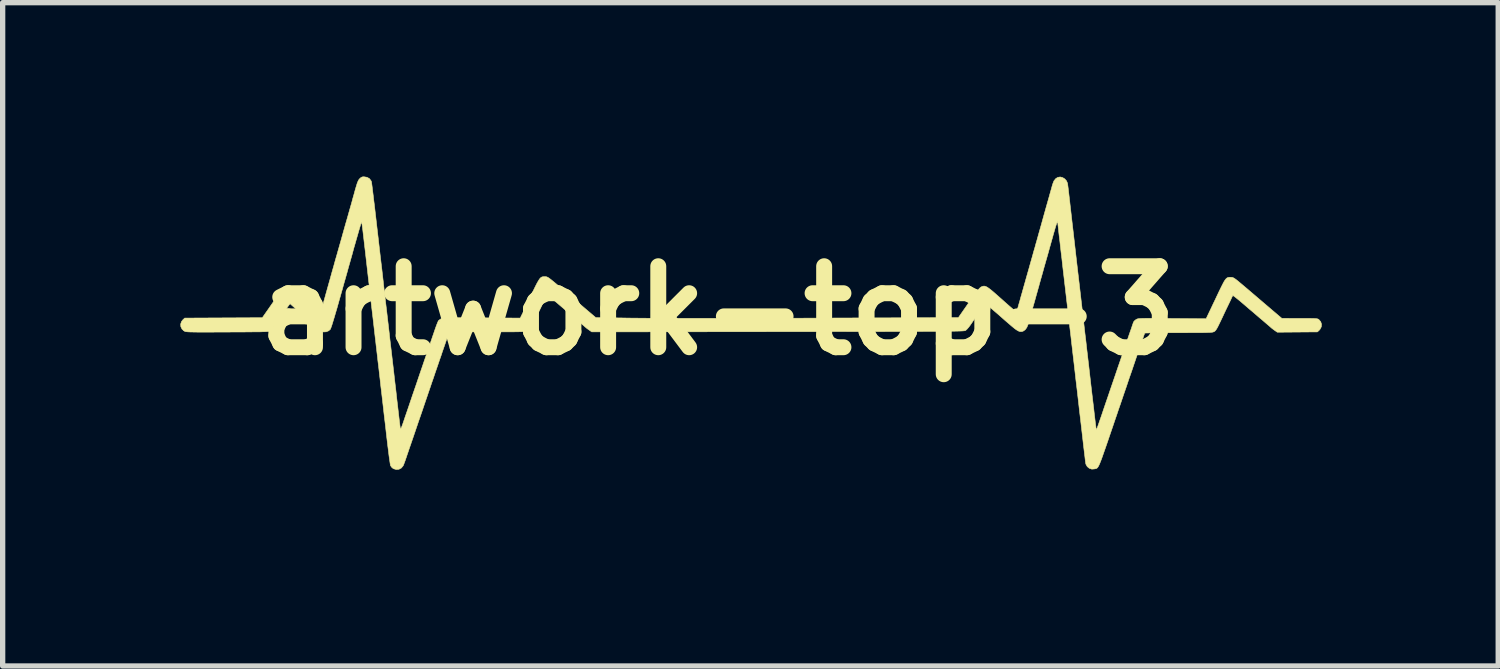
<source format=kicad_pcb>
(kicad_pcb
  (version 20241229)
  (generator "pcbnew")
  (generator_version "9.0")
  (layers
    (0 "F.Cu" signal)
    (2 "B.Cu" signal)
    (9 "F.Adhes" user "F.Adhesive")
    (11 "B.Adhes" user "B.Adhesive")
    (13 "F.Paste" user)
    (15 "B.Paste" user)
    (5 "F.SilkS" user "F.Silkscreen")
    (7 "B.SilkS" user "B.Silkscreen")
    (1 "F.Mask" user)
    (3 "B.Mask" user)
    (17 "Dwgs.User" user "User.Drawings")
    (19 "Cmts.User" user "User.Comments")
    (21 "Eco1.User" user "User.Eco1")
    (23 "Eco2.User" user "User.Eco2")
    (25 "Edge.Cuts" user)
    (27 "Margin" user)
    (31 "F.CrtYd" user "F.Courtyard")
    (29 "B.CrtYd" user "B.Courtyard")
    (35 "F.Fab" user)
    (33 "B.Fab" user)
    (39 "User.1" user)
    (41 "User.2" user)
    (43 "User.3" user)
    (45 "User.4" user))
  (footprint "artwork-top-3"
    (layer "F.Cu")
    (at 10.459 2.793)
    (property "Reference" "artwork-top-3" (at 0 0 0) (layer "F.SilkS") (effects (font (size 1.524 1.524) (thickness 0.3))))
    (attr through_hole)
    (fp_poly (pts (xy 11.673 3.68) (xy 7.236 3.68) (xy 7.236 3.355) (xy 7.236 3.26) (xy 7.237 3.186) (xy 7.237 3.128) (xy 7.239 3.086) (xy 7.241 3.056) (xy 7.244 3.036) (xy 7.248 3.023) (xy 7.253 3.014) (xy 7.258 3.009) (xy 7.273 2.989) (xy 7.291 2.954) (xy 7.309 2.912) (xy 7.31 2.908) (xy 7.327 2.863) (xy 7.344 2.82) (xy 7.357 2.789) (xy 7.357 2.788) (xy 7.366 2.766) (xy 7.38 2.727) (xy 7.399 2.673) (xy 7.421 2.608) (xy 7.445 2.537) (xy 7.458 2.5) (xy 7.485 2.42) (xy 7.517 2.323) (xy 7.553 2.219) (xy 7.589 2.111) (xy 7.625 2.007) (xy 7.649 1.936) (xy 7.677 1.856) (xy 7.71 1.759) (xy 7.748 1.648) (xy 7.788 1.529) (xy 7.831 1.406) (xy 7.873 1.282) (xy 7.913 1.162) (xy 7.93 1.112) (xy 7.965 1.009) (xy 7.998 0.911) (xy 8.029 0.822) (xy 8.056 0.742) (xy 8.079 0.676) (xy 8.097 0.623) (xy 8.109 0.588) (xy 8.115 0.573) (xy 8.127 0.542) (xy 8.729 0.542) (xy 8.861 0.542) (xy 8.973 0.541) (xy 9.066 0.541) (xy 9.143 0.54) (xy 9.204 0.539) (xy 9.252 0.538) (xy 9.29 0.536) (xy 9.318 0.534) (xy 9.339 0.531) (xy 9.355 0.528) (xy 9.367 0.524) (xy 9.375 0.52) (xy 9.404 0.505) (xy 9.429 0.487) (xy 9.453 0.462) (xy 9.478 0.429) (xy 9.505 0.385) (xy 9.536 0.327) (xy 9.572 0.253) (xy 9.611 0.171) (xy 9.644 0.101) (xy 9.674 0.038) (xy 9.699 -0.015) (xy 9.719 -0.055) (xy 9.732 -0.08) (xy 9.736 -0.087) (xy 9.747 -0.084) (xy 9.769 -0.069) (xy 9.785 -0.055) (xy 9.811 -0.033) (xy 9.849 -0.001) (xy 9.895 0.037) (xy 9.943 0.077) (xy 9.945 0.079) (xy 9.998 0.123) (xy 10.054 0.169) (xy 10.105 0.212) (xy 10.142 0.243) (xy 10.226 0.313) (xy 10.295 0.371) (xy 10.352 0.416) (xy 10.398 0.45) (xy 10.436 0.476) (xy 10.468 0.495) (xy 10.495 0.507) (xy 10.514 0.514) (xy 10.535 0.519) (xy 10.563 0.523) (xy 10.601 0.526) (xy 10.65 0.528) (xy 10.714 0.529) (xy 10.795 0.53) (xy 10.894 0.53) (xy 10.938 0.53) (xy 11.047 0.53) (xy 11.135 0.529) (xy 11.206 0.528) (xy 11.262 0.525) (xy 11.305 0.52) (xy 11.339 0.514) (xy 11.365 0.504) (xy 11.387 0.492) (xy 11.406 0.476) (xy 11.426 0.457) (xy 11.432 0.45) (xy 11.475 0.39) (xy 11.498 0.325) (xy 11.502 0.257) (xy 11.488 0.191) (xy 11.456 0.13) (xy 11.408 0.079) (xy 11.351 0.044) (xy 11.336 0.038) (xy 11.318 0.033) (xy 11.295 0.029) (xy 11.264 0.027) (xy 11.222 0.025) (xy 11.166 0.024) (xy 11.093 0.023) (xy 11.002 0.023) (xy 10.988 0.023) (xy 10.669 0.023) (xy 10.619 -0.02) (xy 10.591 -0.044) (xy 10.551 -0.077) (xy 10.504 -0.117) (xy 10.455 -0.157) (xy 10.454 -0.158) (xy 10.4 -0.203) (xy 10.342 -0.251) (xy 10.289 -0.295) (xy 10.251 -0.327) (xy 10.202 -0.368) (xy 10.148 -0.412) (xy 10.1 -0.452) (xy 10.087 -0.463) (xy 10.044 -0.498) (xy 9.992 -0.541) (xy 9.94 -0.585) (xy 9.913 -0.608) (xy 9.853 -0.657) (xy 9.805 -0.692) (xy 9.762 -0.714) (xy 9.721 -0.727) (xy 9.677 -0.733) (xy 9.652 -0.733) (xy 9.575 -0.725) (xy 9.511 -0.7) (xy 9.456 -0.657) (xy 9.452 -0.653) (xy 9.435 -0.63) (xy 9.41 -0.587) (xy 9.378 -0.525) (xy 9.338 -0.446) (xy 9.292 -0.35) (xy 9.265 -0.293) (xy 9.115 0.028) (xy 8.489 0.034) (xy 8.351 0.035) (xy 8.233 0.036) (xy 8.135 0.037) (xy 8.053 0.039) (xy 7.987 0.041) (xy 7.933 0.044) (xy 7.891 0.047) (xy 7.859 0.052) (xy 7.834 0.058) (xy 7.814 0.066) (xy 7.799 0.076) (xy 7.785 0.087) (xy 7.772 0.101) (xy 7.757 0.117) (xy 7.734 0.146) (xy 7.712 0.187) (xy 7.688 0.245) (xy 7.674 0.284) (xy 7.65 0.352) (xy 7.621 0.437) (xy 7.587 0.535) (xy 7.55 0.642) (xy 7.511 0.754) (xy 7.473 0.867) (xy 7.435 0.976) (xy 7.401 1.078) (xy 7.37 1.169) (xy 7.349 1.23) (xy 7.326 1.297) (xy 7.304 1.361) (xy 7.285 1.415) (xy 7.269 1.457) (xy 7.26 1.479) (xy 7.237 1.53) (xy 7.236 -2.788) (xy 11.673 -2.788) (xy 11.673 3.68)) (stroke (width 0.01) (type solid)) (fill yes) (layer "F.Mask"))
    (fp_poly (pts (xy -0.75 0.011) (xy -2.246 0.011) (xy -2.312 -0.042) (xy -2.355 -0.077) (xy -2.4 -0.114) (xy -2.434 -0.141) (xy -2.469 -0.17) (xy -2.513 -0.207) (xy -2.558 -0.245) (xy -2.569 -0.254) (xy -2.617 -0.294) (xy -2.671 -0.339) (xy -2.72 -0.379) (xy -2.726 -0.384) (xy -2.771 -0.421) (xy -2.825 -0.464) (xy -2.876 -0.507) (xy -2.89 -0.519) (xy -2.937 -0.558) (xy -2.986 -0.599) (xy -3.029 -0.635) (xy -3.042 -0.646) (xy -3.114 -0.695) (xy -3.189 -0.724) (xy -3.264 -0.733) (xy -3.335 -0.724) (xy -3.4 -0.695) (xy -3.451 -0.653) (xy -3.467 -0.631) (xy -3.491 -0.59) (xy -3.521 -0.532) (xy -3.558 -0.46) (xy -3.599 -0.375) (xy -3.624 -0.322) (xy -3.66 -0.245) (xy -3.694 -0.175) (xy -3.725 -0.114) (xy -3.75 -0.064) (xy -3.768 -0.029) (xy -3.779 -0.01) (xy -3.78 -0.009) (xy -3.786 -0.005) (xy -3.795 -0.002) (xy -3.809 0.001) (xy -3.83 0.004) (xy -3.86 0.006) (xy -3.901 0.008) (xy -3.953 0.009) (xy -4.02 0.011) (xy -4.101 0.012) (xy -4.2 0.014) (xy -4.318 0.015) (xy -4.456 0.017) (xy -4.493 0.017) (xy -4.641 0.019) (xy -4.774 0.021) (xy -4.893 0.023) (xy -4.996 0.025) (xy -5.082 0.028) (xy -5.149 0.03) (xy -5.196 0.033) (xy -5.222 0.035) (xy -5.225 0.036) (xy -5.268 0.057) (xy -5.313 0.093) (xy -5.354 0.138) (xy -5.379 0.174) (xy -5.386 0.186) (xy -5.393 0.201) (xy -5.401 0.218) (xy -5.41 0.241) (xy -5.421 0.269) (xy -5.434 0.306) (xy -5.451 0.352) (xy -5.47 0.409) (xy -5.494 0.479) (xy -5.523 0.562) (xy -5.556 0.661) (xy -5.595 0.777) (xy -5.64 0.912) (xy -5.684 1.045) (xy -5.732 1.187) (xy -5.773 1.31) (xy -5.808 1.413) (xy -5.837 1.498) (xy -5.861 1.567) (xy -5.88 1.621) (xy -5.894 1.66) (xy -5.905 1.687) (xy -5.911 1.702) (xy -5.915 1.706) (xy -5.915 1.705) (xy -5.917 1.692) (xy -5.921 1.661) (xy -5.926 1.614) (xy -5.933 1.554) (xy -5.941 1.485) (xy -5.944 1.459) (xy -5.955 1.367) (xy -5.967 1.262) (xy -5.98 1.154) (xy -5.992 1.052) (xy -6 0.985) (xy -6.009 0.903) (xy -6.021 0.806) (xy -6.033 0.701) (xy -6.046 0.594) (xy -6.058 0.493) (xy -6.062 0.457) (xy -6.073 0.36) (xy -6.085 0.255) (xy -6.098 0.147) (xy -6.11 0.046) (xy -6.121 -0.044) (xy -6.124 -0.073) (xy -6.134 -0.156) (xy -6.146 -0.254) (xy -6.158 -0.36) (xy -6.171 -0.467) (xy -6.182 -0.568) (xy -6.187 -0.604) (xy -6.198 -0.701) (xy -6.21 -0.806) (xy -6.223 -0.914) (xy -6.235 -1.016) (xy -6.246 -1.105) (xy -6.249 -1.135) (xy -6.269 -1.301) (xy -6.29 -1.483) (xy -6.312 -1.673) (xy -6.335 -1.864) (xy -6.356 -2.048) (xy -6.372 -2.187) (xy -6.381 -2.263) (xy -6.391 -2.333) (xy -6.4 -2.395) (xy -6.409 -2.443) (xy -6.416 -2.474) (xy -6.418 -2.481) (xy -6.455 -2.542) (xy -6.506 -2.591) (xy -6.567 -2.624) (xy -6.634 -2.64) (xy -6.703 -2.637) (xy -6.756 -2.621) (xy -6.8 -2.595) (xy -6.838 -2.559) (xy -6.872 -2.511) (xy -6.902 -2.447) (xy -6.93 -2.366) (xy -6.958 -2.265) (xy -6.958 -2.263) (xy -6.982 -2.174) (xy -7.011 -2.073) (xy -7.042 -1.969) (xy -7.045 -1.959) (xy -7.06 -1.908) (xy -7.078 -1.848) (xy -7.094 -1.79) (xy -7.096 -1.784) (xy -7.112 -1.726) (xy -7.13 -1.663) (xy -7.145 -1.607) (xy -7.147 -1.603) (xy -7.162 -1.549) (xy -7.18 -1.486) (xy -7.196 -1.427) (xy -7.197 -1.422) (xy -7.213 -1.366) (xy -7.231 -1.305) (xy -7.247 -1.252) (xy -7.248 -1.247) (xy -7.262 -1.203) (xy -7.276 -1.155) (xy -7.292 -1.1) (xy -7.311 -1.033) (xy -7.334 -0.95) (xy -7.344 -0.914) (xy -7.36 -0.856) (xy -7.378 -0.793) (xy -7.394 -0.738) (xy -7.395 -0.734) (xy -7.41 -0.68) (xy -7.428 -0.617) (xy -7.444 -0.558) (xy -7.446 -0.553) (xy -7.462 -0.496) (xy -7.479 -0.436) (xy -7.495 -0.383) (xy -7.497 -0.378) (xy -7.511 -0.331) (xy -7.525 -0.284) (xy -7.534 -0.251) (xy -7.543 -0.222) (xy -7.55 -0.205) (xy -7.553 -0.203) (xy -7.563 -0.21) (xy -7.587 -0.23) (xy -7.619 -0.258) (xy -7.643 -0.28) (xy -7.726 -0.355) (xy -7.796 -0.416) (xy -7.853 -0.464) (xy -7.901 -0.501) (xy -7.941 -0.528) (xy -7.976 -0.546) (xy -8.007 -0.557) (xy -8.038 -0.563) (xy -8.066 -0.564) (xy -8.105 -0.561) (xy -8.142 -0.552) (xy -8.178 -0.536) (xy -8.215 -0.509) (xy -8.257 -0.471) (xy -8.304 -0.42) (xy -8.358 -0.354) (xy -8.422 -0.271) (xy -8.448 -0.237) (xy -8.487 -0.185) (xy -8.527 -0.133) (xy -8.561 -0.088) (xy -8.587 -0.054) (xy -8.591 -0.05) (xy -8.636 0.008) (xy -9.119 0.015) (xy -9.231 0.017) (xy -9.344 0.018) (xy -9.456 0.02) (xy -9.561 0.021) (xy -9.655 0.022) (xy -9.736 0.022) (xy -9.799 0.023) (xy -9.81 0.023) (xy -9.887 0.023) (xy -9.944 0.024) (xy -9.987 0.027) (xy -10.018 0.03) (xy -10.041 0.035) (xy -10.061 0.043) (xy -10.064 0.044) (xy -10.127 0.084) (xy -10.173 0.137) (xy -10.203 0.198) (xy -10.215 0.264) (xy -10.21 0.331) (xy -10.185 0.395) (xy -10.142 0.453) (xy -10.136 0.459) (xy -10.121 0.474) (xy -10.108 0.486) (xy -10.094 0.496) (xy -10.079 0.505) (xy -10.06 0.512) (xy -10.035 0.518) (xy -10.004 0.522) (xy -9.964 0.526) (xy -9.914 0.528) (xy -9.852 0.529) (xy -9.776 0.53) (xy -9.685 0.529) (xy -9.577 0.529) (xy -9.451 0.527) (xy -9.304 0.526) (xy -9.24 0.525) (xy -9.085 0.523) (xy -8.952 0.522) (xy -8.837 0.52) (xy -8.741 0.518) (xy -8.661 0.517) (xy -8.596 0.515) (xy -8.544 0.513) (xy -8.503 0.511) (xy -8.473 0.508) (xy -8.451 0.505) (xy -8.436 0.502) (xy -8.43 0.5) (xy -8.396 0.479) (xy -8.35 0.439) (xy -8.294 0.382) (xy -8.228 0.307) (xy -8.153 0.215) (xy -8.077 0.118) (xy -8.031 0.059) (xy -7.991 0.094) (xy -7.969 0.113) (xy -7.934 0.143) (xy -7.888 0.182) (xy -7.837 0.225) (xy -7.795 0.26) (xy -7.741 0.304) (xy -7.691 0.347) (xy -7.647 0.384) (xy -7.613 0.412) (xy -7.597 0.426) (xy -7.534 0.47) (xy -7.466 0.493) (xy -7.42 0.496) (xy -7.353 0.487) (xy -7.291 0.457) (xy -7.231 0.406) (xy -7.224 0.399) (xy -7.195 0.364) (xy -7.171 0.324) (xy -7.15 0.274) (xy -7.129 0.211) (xy -7.107 0.13) (xy -7.1 0.102) (xy -7.086 0.045) (xy -7.069 -0.016) (xy -7.055 -0.062) (xy -7.035 -0.126) (xy -7.014 -0.198) (xy -6.99 -0.283) (xy -6.962 -0.385) (xy -6.959 -0.395) (xy -6.943 -0.452) (xy -6.925 -0.513) (xy -6.91 -0.565) (xy -6.908 -0.57) (xy -6.898 -0.603) (xy -6.888 -0.637) (xy -6.876 -0.677) (xy -6.863 -0.725) (xy -6.846 -0.786) (xy -6.825 -0.863) (xy -6.809 -0.92) (xy -6.796 -0.965) (xy -6.783 -1.006) (xy -6.773 -1.033) (xy -6.769 -1.042) (xy -6.767 -1.049) (xy -6.764 -1.052) (xy -6.761 -1.051) (xy -6.758 -1.042) (xy -6.755 -1.025) (xy -6.751 -0.998) (xy -6.745 -0.959) (xy -6.739 -0.905) (xy -6.73 -0.836) (xy -6.72 -0.75) (xy -6.708 -0.645) (xy -6.694 -0.531) (xy -6.683 -0.434) (xy -6.671 -0.329) (xy -6.658 -0.223) (xy -6.646 -0.123) (xy -6.636 -0.035) (xy -6.632 0) (xy -6.622 0.081) (xy -6.611 0.177) (xy -6.598 0.282) (xy -6.586 0.388) (xy -6.574 0.488) (xy -6.57 0.525) (xy -6.559 0.621) (xy -6.547 0.726) (xy -6.534 0.832) (xy -6.523 0.932) (xy -6.512 1.02) (xy -6.509 1.05) (xy -6.499 1.13) (xy -6.488 1.225) (xy -6.475 1.33) (xy -6.463 1.436) (xy -6.451 1.537) (xy -6.446 1.58) (xy -6.435 1.677) (xy -6.422 1.78) (xy -6.41 1.885) (xy -6.398 1.984) (xy -6.388 2.071) (xy -6.384 2.105) (xy -6.374 2.192) (xy -6.362 2.293) (xy -6.349 2.399) (xy -6.337 2.5) (xy -6.328 2.574) (xy -6.316 2.682) (xy -6.305 2.771) (xy -6.295 2.842) (xy -6.287 2.898) (xy -6.279 2.941) (xy -6.271 2.974) (xy -6.261 3) (xy -6.251 3.019) (xy -6.238 3.036) (xy -6.223 3.052) (xy -6.207 3.067) (xy -6.146 3.111) (xy -6.077 3.135) (xy -6.034 3.138) (xy -5.961 3.127) (xy -5.895 3.095) (xy -5.861 3.067) (xy -5.853 3.06) (xy -5.846 3.054) (xy -5.839 3.048) (xy -5.833 3.042) (xy -5.827 3.034) (xy -5.82 3.022) (xy -5.812 3.006) (xy -5.803 2.985) (xy -5.791 2.956) (xy -5.778 2.921) (xy -5.762 2.876) (xy -5.742 2.821) (xy -5.719 2.755) (xy -5.692 2.676) (xy -5.661 2.584) (xy -5.625 2.477) (xy -5.583 2.354) (xy -5.536 2.214) (xy -5.483 2.056) (xy -5.424 1.879) (xy -5.373 1.727) (xy -5.331 1.604) (xy -5.288 1.477) (xy -5.246 1.351) (xy -5.205 1.229) (xy -5.166 1.113) (xy -5.131 1.009) (xy -5.101 0.918) (xy -5.076 0.844) (xy -5.071 0.829) (xy -4.973 0.534) (xy -4.493 0.527) (xy -4.381 0.525) (xy -4.268 0.524) (xy -4.157 0.522) (xy -4.052 0.521) (xy -3.957 0.52) (xy -3.877 0.519) (xy -3.814 0.519) (xy -3.804 0.519) (xy -3.728 0.519) (xy -3.67 0.518) (xy -3.628 0.515) (xy -3.597 0.512) (xy -3.573 0.507) (xy -3.554 0.499) (xy -3.55 0.498) (xy -3.502 0.467) (xy -3.452 0.42) (xy -3.404 0.363) (xy -3.368 0.308) (xy -3.35 0.274) (xy -3.326 0.228) (xy -3.298 0.172) (xy -3.268 0.114) (xy -3.24 0.056) (xy -3.214 0.004) (xy -3.195 -0.038) (xy -3.183 -0.065) (xy -3.183 -0.065) (xy -3.176 -0.079) (xy -3.168 -0.083) (xy -3.154 -0.076) (xy -3.128 -0.056) (xy -3.119 -0.048) (xy -3.054 0.003) (xy -2.984 0.06) (xy -2.904 0.127) (xy -2.868 0.158) (xy -2.819 0.199) (xy -2.765 0.243) (xy -2.717 0.283) (xy -2.704 0.294) (xy -2.659 0.33) (xy -2.613 0.368) (xy -2.573 0.401) (xy -2.569 0.405) (xy -2.526 0.438) (xy -2.475 0.47) (xy -2.444 0.487) (xy -2.376 0.519) (xy -0.5 0.519) (xy -0.5 3.183) (xy -10.454 3.183) (xy -10.454 -2.732) (xy -0.5 -2.732) (xy -0.5 0.011)) (stroke (width 0.01) (type solid)) (fill yes) (layer "F.Mask"))
    (fp_poly (pts (xy -6.605 -2.508) (xy -6.559 -2.483) (xy -6.529 -2.443) (xy -6.52 -2.421) (xy -6.518 -2.405) (xy -6.513 -2.369) (xy -6.506 -2.316) (xy -6.498 -2.248) (xy -6.488 -2.17) (xy -6.478 -2.082) (xy -6.468 -2.003) (xy -6.44 -1.763) (xy -6.415 -1.545) (xy -6.392 -1.348) (xy -6.372 -1.173) (xy -6.354 -1.017) (xy -6.338 -0.882) (xy -6.324 -0.766) (xy -6.313 -0.669) (xy -6.304 -0.59) (xy -6.299 -0.548) (xy -6.294 -0.498) (xy -6.286 -0.429) (xy -6.276 -0.342) (xy -6.264 -0.24) (xy -6.251 -0.127) (xy -6.236 -0.003) (xy -6.221 0.128) (xy -6.205 0.263) (xy -6.189 0.401) (xy -6.174 0.538) (xy -6.158 0.672) (xy -6.143 0.8) (xy -6.129 0.921) (xy -6.116 1.031) (xy -6.105 1.128) (xy -6.102 1.151) (xy -6.094 1.223) (xy -6.084 1.312) (xy -6.072 1.414) (xy -6.059 1.523) (xy -6.047 1.636) (xy -6.034 1.746) (xy -6.027 1.806) (xy -6.016 1.9) (xy -6.006 1.987) (xy -5.997 2.064) (xy -5.989 2.128) (xy -5.983 2.178) (xy -5.978 2.21) (xy -5.976 2.223) (xy -5.976 2.223) (xy -5.972 2.225) (xy -5.967 2.22) (xy -5.96 2.207) (xy -5.95 2.182) (xy -5.936 2.144) (xy -5.917 2.089) (xy -5.892 2.015) (xy -5.892 2.014) (xy -5.839 1.861) (xy -5.793 1.725) (xy -5.752 1.603) (xy -5.713 1.49) (xy -5.676 1.383) (xy -5.64 1.276) (xy -5.603 1.167) (xy -5.563 1.051) (xy -5.534 0.965) (xy -5.5 0.866) (xy -5.466 0.766) (xy -5.432 0.668) (xy -5.401 0.577) (xy -5.374 0.497) (xy -5.351 0.431) (xy -5.339 0.395) (xy -5.318 0.334) (xy -5.298 0.279) (xy -5.281 0.235) (xy -5.268 0.205) (xy -5.265 0.198) (xy -5.249 0.198) (xy -5.244 0.203) (xy -5.238 0.198) (xy -5.244 0.192) (xy -5.249 0.198) (xy -5.265 0.198) (xy -5.264 0.196) (xy -5.243 0.175) (xy -5.213 0.155) (xy -5.208 0.152) (xy -5.198 0.148) (xy -5.186 0.145) (xy -5.169 0.142) (xy -5.146 0.14) (xy -5.115 0.138) (xy -5.075 0.137) (xy -5.023 0.136) (xy -4.959 0.135) (xy -4.879 0.135) (xy -4.784 0.135) (xy -4.67 0.136) (xy -4.536 0.136) (xy -4.444 0.137) (xy -3.722 0.141) (xy -3.675 0.045) (xy -3.652 -0.004) (xy -3.622 -0.066) (xy -3.591 -0.132) (xy -3.565 -0.187) (xy -3.514 -0.294) (xy -3.472 -0.383) (xy -3.437 -0.455) (xy -3.408 -0.512) (xy -3.383 -0.556) (xy -3.363 -0.588) (xy -3.345 -0.611) (xy -3.328 -0.625) (xy -3.312 -0.633) (xy -3.295 -0.637) (xy -3.275 -0.638) (xy -3.264 -0.638) (xy -3.248 -0.638) (xy -3.234 -0.637) (xy -3.22 -0.633) (xy -3.204 -0.626) (xy -3.183 -0.613) (xy -3.157 -0.594) (xy -3.123 -0.567) (xy -3.079 -0.531) (xy -3.023 -0.484) (xy -2.953 -0.424) (xy -2.884 -0.365) (xy -2.81 -0.302) (xy -2.729 -0.233) (xy -2.646 -0.162) (xy -2.567 -0.095) (xy -2.498 -0.036) (xy -2.485 -0.025) (xy -2.3 0.132) (xy -1.792 0.139) (xy -1.691 0.141) (xy -1.582 0.142) (xy -1.465 0.143) (xy -1.339 0.144) (xy -1.203 0.145) (xy -1.057 0.145) (xy -0.899 0.146) (xy -0.729 0.146) (xy -0.545 0.146) (xy -0.348 0.146) (xy -0.136 0.146) (xy 0.092 0.146) (xy 0.335 0.146) (xy 0.596 0.145) (xy 0.875 0.144) (xy 1.173 0.144) (xy 1.49 0.143) (xy 1.827 0.142) (xy 2.186 0.14) (xy 2.49 0.139) (xy 4.521 0.132) (xy 4.716 -0.148) (xy 4.775 -0.231) (xy 4.823 -0.298) (xy 4.861 -0.35) (xy 4.892 -0.389) (xy 4.915 -0.416) (xy 4.934 -0.434) (xy 4.949 -0.445) (xy 4.952 -0.446) (xy 4.973 -0.455) (xy 4.994 -0.46) (xy 5.014 -0.46) (xy 5.038 -0.453) (xy 5.066 -0.439) (xy 5.1 -0.415) (xy 5.144 -0.381) (xy 5.198 -0.335) (xy 5.265 -0.276) (xy 5.335 -0.214) (xy 5.4 -0.156) (xy 5.46 -0.103) (xy 5.513 -0.057) (xy 5.556 -0.02) (xy 5.588 0.006) (xy 5.606 0.021) (xy 5.61 0.023) (xy 5.617 0.013) (xy 5.628 -0.014) (xy 5.638 -0.048) (xy 5.646 -0.076) (xy 5.659 -0.122) (xy 5.677 -0.184) (xy 5.697 -0.258) (xy 5.721 -0.341) (xy 5.746 -0.431) (xy 5.765 -0.497) (xy 5.81 -0.657) (xy 5.85 -0.797) (xy 5.884 -0.919) (xy 5.914 -1.024) (xy 5.939 -1.115) (xy 5.962 -1.193) (xy 5.98 -1.26) (xy 5.997 -1.318) (xy 6.011 -1.368) (xy 6.023 -1.412) (xy 6.034 -1.451) (xy 6.054 -1.522) (xy 6.077 -1.603) (xy 6.102 -1.693) (xy 6.128 -1.787) (xy 6.155 -1.883) (xy 6.182 -1.979) (xy 6.208 -2.07) (xy 6.232 -2.155) (xy 6.253 -2.231) (xy 6.271 -2.294) (xy 6.284 -2.342) (xy 6.293 -2.372) (xy 6.294 -2.377) (xy 6.318 -2.439) (xy 6.352 -2.482) (xy 6.39 -2.506) (xy 6.435 -2.514) (xy 6.481 -2.503) (xy 6.523 -2.477) (xy 6.556 -2.439) (xy 6.575 -2.393) (xy 6.575 -2.39) (xy 6.578 -2.37) (xy 6.583 -2.331) (xy 6.59 -2.275) (xy 6.598 -2.206) (xy 6.607 -2.127) (xy 6.617 -2.041) (xy 6.621 -2.004) (xy 6.639 -1.848) (xy 6.659 -1.672) (xy 6.682 -1.475) (xy 6.707 -1.258) (xy 6.734 -1.02) (xy 6.764 -0.761) (xy 6.797 -0.481) (xy 6.832 -0.178) (xy 6.87 0.146) (xy 6.902 0.429) (xy 6.911 0.502) (xy 6.922 0.593) (xy 6.933 0.696) (xy 6.946 0.805) (xy 6.959 0.917) (xy 6.972 1.025) (xy 6.976 1.061) (xy 6.998 1.256) (xy 7.018 1.43) (xy 7.036 1.584) (xy 7.052 1.718) (xy 7.066 1.834) (xy 7.077 1.933) (xy 7.087 2.017) (xy 7.095 2.085) (xy 7.102 2.14) (xy 7.107 2.181) (xy 7.111 2.212) (xy 7.114 2.231) (xy 7.116 2.241) (xy 7.117 2.244) (xy 7.121 2.235) (xy 7.132 2.208) (xy 7.147 2.167) (xy 7.165 2.115) (xy 7.177 2.08) (xy 7.214 1.974) (xy 7.253 1.858) (xy 7.295 1.735) (xy 7.339 1.607) (xy 7.384 1.474) (xy 7.43 1.34) (xy 7.476 1.206) (xy 7.521 1.073) (xy 7.566 0.943) (xy 7.608 0.819) (xy 7.649 0.701) (xy 7.686 0.592) (xy 7.72 0.493) (xy 7.75 0.406) (xy 7.776 0.333) (xy 7.795 0.275) (xy 7.809 0.235) (xy 7.817 0.214) (xy 7.818 0.212) (xy 7.832 0.194) (xy 7.857 0.173) (xy 7.865 0.168) (xy 7.873 0.163) (xy 7.883 0.159) (xy 7.894 0.155) (xy 7.91 0.152) (xy 7.931 0.15) (xy 7.961 0.148) (xy 8 0.147) (xy 8.05 0.146) (xy 8.114 0.146) (xy 8.194 0.146) (xy 8.29 0.147) (xy 8.405 0.148) (xy 8.541 0.149) (xy 8.543 0.149) (xy 9.181 0.154) (xy 9.254 0.001) (xy 9.285 -0.064) (xy 9.317 -0.132) (xy 9.348 -0.196) (xy 9.372 -0.247) (xy 9.375 -0.254) (xy 9.421 -0.351) (xy 9.459 -0.429) (xy 9.49 -0.491) (xy 9.515 -0.539) (xy 9.537 -0.574) (xy 9.556 -0.598) (xy 9.573 -0.613) (xy 9.591 -0.622) (xy 9.61 -0.626) (xy 9.632 -0.627) (xy 9.639 -0.627) (xy 9.655 -0.626) (xy 9.669 -0.625) (xy 9.683 -0.622) (xy 9.699 -0.614) (xy 9.72 -0.602) (xy 9.746 -0.583) (xy 9.78 -0.556) (xy 9.824 -0.519) (xy 9.88 -0.472) (xy 9.95 -0.413) (xy 10.019 -0.354) (xy 10.093 -0.291) (xy 10.175 -0.221) (xy 10.258 -0.15) (xy 10.338 -0.082) (xy 10.407 -0.023) (xy 10.42 -0.012) (xy 10.606 0.146) (xy 10.94 0.147) (xy 11.036 0.147) (xy 11.112 0.147) (xy 11.171 0.148) (xy 11.215 0.149) (xy 11.247 0.151) (xy 11.269 0.154) (xy 11.284 0.158) (xy 11.295 0.163) (xy 11.303 0.169) (xy 11.337 0.209) (xy 11.353 0.256) (xy 11.349 0.305) (xy 11.325 0.351) (xy 11.311 0.368) (xy 11.276 0.401) (xy 10.899 0.404) (xy 10.521 0.407) (xy 10.473 0.374) (xy 10.44 0.35) (xy 10.412 0.328) (xy 10.403 0.32) (xy 10.385 0.304) (xy 10.355 0.278) (xy 10.316 0.245) (xy 10.279 0.213) (xy 10.241 0.18) (xy 10.189 0.137) (xy 10.129 0.085) (xy 10.063 0.028) (xy 9.995 -0.029) (xy 9.957 -0.062) (xy 9.88 -0.128) (xy 9.819 -0.18) (xy 9.771 -0.219) (xy 9.735 -0.248) (xy 9.71 -0.267) (xy 9.694 -0.278) (xy 9.685 -0.282) (xy 9.682 -0.281) (xy 9.676 -0.269) (xy 9.662 -0.241) (xy 9.642 -0.197) (xy 9.616 -0.143) (xy 9.586 -0.081) (xy 9.553 -0.013) (xy 9.52 0.057) (xy 9.488 0.126) (xy 9.457 0.191) (xy 9.439 0.228) (xy 9.409 0.29) (xy 9.385 0.335) (xy 9.366 0.365) (xy 9.348 0.385) (xy 9.336 0.394) (xy 9.327 0.398) (xy 9.317 0.402) (xy 9.303 0.406) (xy 9.284 0.408) (xy 9.258 0.411) (xy 9.223 0.412) (xy 9.178 0.414) (xy 9.119 0.415) (xy 9.046 0.415) (xy 8.957 0.416) (xy 8.85 0.416) (xy 8.722 0.417) (xy 8.667 0.417) (xy 8.549 0.417) (xy 8.439 0.417) (xy 8.337 0.418) (xy 8.246 0.419) (xy 8.169 0.42) (xy 8.106 0.421) (xy 8.061 0.422) (xy 8.034 0.423) (xy 8.028 0.423) (xy 8.023 0.435) (xy 8.012 0.465) (xy 7.996 0.511) (xy 7.975 0.568) (xy 7.953 0.634) (xy 7.941 0.669) (xy 7.918 0.737) (xy 7.888 0.822) (xy 7.855 0.92) (xy 7.819 1.026) (xy 7.782 1.136) (xy 7.744 1.244) (xy 7.716 1.326) (xy 7.68 1.434) (xy 7.641 1.547) (xy 7.602 1.662) (xy 7.564 1.774) (xy 7.528 1.877) (xy 7.498 1.967) (xy 7.479 2.021) (xy 7.424 2.184) (xy 7.375 2.327) (xy 7.333 2.451) (xy 7.296 2.558) (xy 7.264 2.649) (xy 7.237 2.726) (xy 7.215 2.789) (xy 7.195 2.84) (xy 7.179 2.88) (xy 7.165 2.911) (xy 7.153 2.934) (xy 7.142 2.95) (xy 7.132 2.961) (xy 7.123 2.968) (xy 7.113 2.972) (xy 7.102 2.975) (xy 7.089 2.977) (xy 7.082 2.979) (xy 7.031 2.983) (xy 6.984 2.967) (xy 6.945 2.935) (xy 6.92 2.89) (xy 6.915 2.868) (xy 6.913 2.853) (xy 6.91 2.829) (xy 6.906 2.796) (xy 6.901 2.752) (xy 6.894 2.696) (xy 6.886 2.628) (xy 6.876 2.546) (xy 6.865 2.449) (xy 6.852 2.336) (xy 6.837 2.206) (xy 6.82 2.059) (xy 6.8 1.892) (xy 6.779 1.705) (xy 6.755 1.496) (xy 6.751 1.462) (xy 6.733 1.313) (xy 6.716 1.163) (xy 6.699 1.014) (xy 6.682 0.87) (xy 6.666 0.732) (xy 6.651 0.604) (xy 6.638 0.488) (xy 6.626 0.387) (xy 6.616 0.304) (xy 6.61 0.248) (xy 6.6 0.165) (xy 6.588 0.063) (xy 6.575 -0.053) (xy 6.56 -0.178) (xy 6.545 -0.308) (xy 6.53 -0.438) (xy 6.515 -0.565) (xy 6.508 -0.627) (xy 6.494 -0.745) (xy 6.48 -0.866) (xy 6.467 -0.985) (xy 6.453 -1.098) (xy 6.441 -1.202) (xy 6.431 -1.294) (xy 6.422 -1.369) (xy 6.417 -1.408) (xy 6.409 -1.48) (xy 6.402 -1.544) (xy 6.396 -1.598) (xy 6.392 -1.637) (xy 6.39 -1.659) (xy 6.39 -1.662) (xy 6.387 -1.673) (xy 6.381 -1.666) (xy 6.37 -1.639) (xy 6.354 -1.592) (xy 6.334 -1.524) (xy 6.308 -1.435) (xy 6.294 -1.383) (xy 6.268 -1.291) (xy 6.238 -1.185) (xy 6.207 -1.072) (xy 6.175 -0.96) (xy 6.145 -0.855) (xy 6.133 -0.813) (xy 6.111 -0.733) (xy 6.09 -0.658) (xy 6.071 -0.592) (xy 6.056 -0.538) (xy 6.045 -0.5) (xy 6.04 -0.48) (xy 6.04 -0.48) (xy 6.034 -0.456) (xy 6.022 -0.416) (xy 6.008 -0.365) (xy 5.992 -0.308) (xy 5.989 -0.299) (xy 5.971 -0.233) (xy 5.949 -0.154) (xy 5.925 -0.071) (xy 5.903 0.008) (xy 5.897 0.028) (xy 5.879 0.094) (xy 5.861 0.156) (xy 5.846 0.211) (xy 5.834 0.251) (xy 5.83 0.266) (xy 5.808 0.319) (xy 5.777 0.361) (xy 5.739 0.387) (xy 5.727 0.391) (xy 5.707 0.395) (xy 5.687 0.395) (xy 5.666 0.391) (xy 5.642 0.38) (xy 5.612 0.362) (xy 5.575 0.335) (xy 5.529 0.297) (xy 5.472 0.248) (xy 5.401 0.187) (xy 5.339 0.132) (xy 5.271 0.072) (xy 5.208 0.018) (xy 5.152 -0.03) (xy 5.104 -0.069) (xy 5.068 -0.098) (xy 5.045 -0.115) (xy 5.038 -0.119) (xy 5.026 -0.11) (xy 5.003 -0.085) (xy 4.97 -0.043) (xy 4.926 0.016) (xy 4.87 0.094) (xy 4.803 0.189) (xy 4.747 0.271) (xy 4.717 0.311) (xy 4.687 0.346) (xy 4.662 0.37) (xy 4.656 0.375) (xy 4.651 0.376) (xy 4.645 0.378) (xy 4.635 0.38) (xy 4.622 0.381) (xy 4.604 0.383) (xy 4.581 0.384) (xy 4.552 0.385) (xy 4.516 0.386) (xy 4.472 0.387) (xy 4.421 0.388) (xy 4.36 0.389) (xy 4.289 0.39) (xy 4.208 0.391) (xy 4.116 0.391) (xy 4.012 0.392) (xy 3.895 0.392) (xy 3.765 0.393) (xy 3.621 0.393) (xy 3.461 0.394) (xy 3.286 0.394) (xy 3.095 0.395) (xy 2.886 0.395) (xy 2.66 0.395) (xy 2.414 0.396) (xy 2.15 0.396) (xy 1.865 0.396) (xy 1.56 0.397) (xy 1.233 0.397) (xy 1.123 0.397) (xy -2.376 0.401) (xy -2.427 0.365) (xy -2.461 0.341) (xy -2.489 0.318) (xy -2.5 0.309) (xy -2.518 0.293) (xy -2.548 0.267) (xy -2.587 0.234) (xy -2.625 0.201) (xy -2.663 0.169) (xy -2.714 0.125) (xy -2.775 0.073) (xy -2.841 0.017) (xy -2.908 -0.041) (xy -2.946 -0.073) (xy -3.023 -0.139) (xy -3.085 -0.191) (xy -3.132 -0.231) (xy -3.168 -0.259) (xy -3.193 -0.279) (xy -3.209 -0.289) (xy -3.218 -0.293) (xy -3.221 -0.292) (xy -3.227 -0.281) (xy -3.241 -0.252) (xy -3.262 -0.209) (xy -3.288 -0.154) (xy -3.317 -0.092) (xy -3.35 -0.024) (xy -3.383 0.046) (xy -3.415 0.114) (xy -3.446 0.179) (xy -3.464 0.216) (xy -3.497 0.285) (xy -3.525 0.334) (xy -3.547 0.365) (xy -3.563 0.38) (xy -3.57 0.384) (xy -3.579 0.388) (xy -3.593 0.391) (xy -3.611 0.393) (xy -3.637 0.395) (xy -3.672 0.397) (xy -3.717 0.398) (xy -3.774 0.399) (xy -3.845 0.4) (xy -3.932 0.4) (xy -4.035 0.401) (xy -4.158 0.401) (xy -4.302 0.401) (xy -5.061 0.401) (xy -5.075 0.446) (xy -5.082 0.467) (xy -5.095 0.507) (xy -5.114 0.563) (xy -5.137 0.631) (xy -5.164 0.708) (xy -5.193 0.792) (xy -5.209 0.841) (xy -5.241 0.932) (xy -5.271 1.021) (xy -5.3 1.105) (xy -5.326 1.18) (xy -5.347 1.243) (xy -5.363 1.29) (xy -5.368 1.304) (xy -5.386 1.355) (xy -5.408 1.421) (xy -5.433 1.494) (xy -5.458 1.567) (xy -5.468 1.597) (xy -5.494 1.673) (xy -5.524 1.761) (xy -5.557 1.859) (xy -5.593 1.964) (xy -5.631 2.073) (xy -5.669 2.185) (xy -5.706 2.294) (xy -5.742 2.4) (xy -5.776 2.499) (xy -5.807 2.588) (xy -5.833 2.665) (xy -5.854 2.726) (xy -5.868 2.768) (xy -5.869 2.771) (xy -5.887 2.823) (xy -5.904 2.869) (xy -5.917 2.904) (xy -5.925 2.92) (xy -5.958 2.961) (xy -6.003 2.985) (xy -6.053 2.99) (xy -6.103 2.976) (xy -6.114 2.97) (xy -6.142 2.946) (xy -6.161 2.918) (xy -6.162 2.917) (xy -6.166 2.899) (xy -6.172 2.861) (xy -6.18 2.806) (xy -6.19 2.736) (xy -6.2 2.653) (xy -6.212 2.56) (xy -6.224 2.459) (xy -6.232 2.393) (xy -6.245 2.279) (xy -6.258 2.162) (xy -6.272 2.047) (xy -6.285 1.937) (xy -6.296 1.837) (xy -6.306 1.75) (xy -6.314 1.68) (xy -6.316 1.665) (xy -6.325 1.586) (xy -6.334 1.508) (xy -6.343 1.436) (xy -6.35 1.374) (xy -6.355 1.329) (xy -6.355 1.326) (xy -6.361 1.273) (xy -6.369 1.206) (xy -6.377 1.135) (xy -6.383 1.082) (xy -6.391 1.015) (xy -6.4 0.943) (xy -6.407 0.876) (xy -6.412 0.834) (xy -6.418 0.785) (xy -6.425 0.721) (xy -6.434 0.648) (xy -6.442 0.572) (xy -6.447 0.536) (xy -6.461 0.414) (xy -6.477 0.274) (xy -6.495 0.118) (xy -6.515 -0.049) (xy -6.535 -0.223) (xy -6.555 -0.401) (xy -6.576 -0.58) (xy -6.596 -0.754) (xy -6.615 -0.921) (xy -6.633 -1.078) (xy -6.638 -1.123) (xy -6.653 -1.248) (xy -6.665 -1.353) (xy -6.675 -1.438) (xy -6.683 -1.507) (xy -6.69 -1.56) (xy -6.695 -1.599) (xy -6.699 -1.627) (xy -6.703 -1.646) (xy -6.706 -1.655) (xy -6.708 -1.659) (xy -6.711 -1.658) (xy -6.715 -1.646) (xy -6.725 -1.615) (xy -6.739 -1.568) (xy -6.757 -1.508) (xy -6.777 -1.437) (xy -6.8 -1.358) (xy -6.824 -1.273) (xy -6.849 -1.187) (xy -6.873 -1.1) (xy -6.88 -1.072) (xy -6.901 -0.998) (xy -6.925 -0.913) (xy -6.949 -0.829) (xy -6.966 -0.768) (xy -6.978 -0.723) (xy -6.996 -0.66) (xy -7.018 -0.582) (xy -7.044 -0.492) (xy -7.071 -0.393) (xy -7.101 -0.289) (xy -7.131 -0.183) (xy -7.141 -0.147) (xy -7.169 -0.047) (xy -7.197 0.047) (xy -7.222 0.133) (xy -7.245 0.208) (xy -7.264 0.27) (xy -7.28 0.316) (xy -7.291 0.345) (xy -7.294 0.352) (xy -7.327 0.381) (xy -7.372 0.399) (xy -7.419 0.402) (xy -7.428 0.401) (xy -7.441 0.396) (xy -7.46 0.384) (xy -7.486 0.365) (xy -7.521 0.337) (xy -7.566 0.3) (xy -7.622 0.252) (xy -7.69 0.192) (xy -7.772 0.12) (xy -7.869 0.034) (xy -7.919 -0.011) (xy -8.052 -0.129) (xy -8.077 -0.098) (xy -8.09 -0.08) (xy -8.114 -0.046) (xy -8.147 0.000103) (xy -8.185 0.055) (xy -8.227 0.117) (xy -8.247 0.146) (xy -8.291 0.208) (xy -8.332 0.265) (xy -8.368 0.314) (xy -8.397 0.351) (xy -8.416 0.374) (xy -8.422 0.379) (xy -8.428 0.383) (xy -8.436 0.387) (xy -8.447 0.39) (xy -8.464 0.393) (xy -8.488 0.395) (xy -8.519 0.397) (xy -8.561 0.398) (xy -8.614 0.4) (xy -8.681 0.401) (xy -8.762 0.401) (xy -8.86 0.402) (xy -8.976 0.403) (xy -9.111 0.403) (xy -9.229 0.404) (xy -9.38 0.404) (xy -9.511 0.405) (xy -9.622 0.405) (xy -9.716 0.405) (xy -9.793 0.405) (xy -9.857 0.404) (xy -9.907 0.403) (xy -9.947 0.402) (xy -9.977 0.4) (xy -9.999 0.398) (xy -10.016 0.396) (xy -10.027 0.392) (xy -10.036 0.389) (xy -10.044 0.384) (xy -10.044 0.384) (xy -10.064 0.367) (xy -8.444 0.367) (xy -8.438 0.373) (xy -8.433 0.367) (xy -8.438 0.361) (xy -8.444 0.367) (xy -10.064 0.367) (xy -10.085 0.348) (xy -10.107 0.303) (xy -10.11 0.254) (xy -10.094 0.206) (xy -10.069 0.174) (xy -10.034 0.141) (xy -8.574 0.134) (xy -8.541 0.087) (xy -8.525 0.064) (xy -8.499 0.027) (xy -8.464 -0.023) (xy -8.423 -0.082) (xy -8.378 -0.147) (xy -8.345 -0.195) (xy -8.287 -0.276) (xy -8.238 -0.343) (xy -8.199 -0.395) (xy -8.169 -0.429) (xy -8.151 -0.446) (xy -8.15 -0.446) (xy -8.116 -0.458) (xy -8.078 -0.463) (xy -8.075 -0.463) (xy -8.061 -0.462) (xy -8.047 -0.46) (xy -8.031 -0.454) (xy -8.012 -0.443) (xy -7.988 -0.426) (xy -7.957 -0.401) (xy -7.917 -0.367) (xy -7.866 -0.322) (xy -7.802 -0.265) (xy -7.722 -0.195) (xy -7.72 -0.193) (xy -7.649 -0.129) (xy -7.593 -0.079) (xy -7.55 -0.041) (xy -7.519 -0.014) (xy -7.497 0.005) (xy -7.483 0.015) (xy -7.476 0.02) (xy -7.472 0.02) (xy -7.47 0.016) (xy -7.469 0.011) (xy -7.469 0.01) (xy -7.464 -0.005) (xy -7.455 -0.039) (xy -7.441 -0.087) (xy -7.425 -0.145) (xy -7.407 -0.209) (xy -7.37 -0.342) (xy -7.333 -0.474) (xy -7.297 -0.602) (xy -7.263 -0.725) (xy -7.23 -0.84) (xy -7.201 -0.946) (xy -7.174 -1.039) (xy -7.152 -1.117) (xy -7.134 -1.18) (xy -7.122 -1.223) (xy -7.118 -1.236) (xy -7.103 -1.289) (xy -7.085 -1.353) (xy -7.067 -1.417) (xy -7.061 -1.439) (xy -7.047 -1.489) (xy -7.029 -1.553) (xy -7.008 -1.627) (xy -6.986 -1.703) (xy -6.971 -1.755) (xy -6.949 -1.833) (xy -6.923 -1.925) (xy -6.895 -2.022) (xy -6.869 -2.119) (xy -6.846 -2.2) (xy -6.824 -2.281) (xy -6.805 -2.344) (xy -6.791 -2.39) (xy -6.778 -2.424) (xy -6.766 -2.449) (xy -6.755 -2.467) (xy -6.744 -2.48) (xy -6.716 -2.505) (xy -6.689 -2.516) (xy -6.661 -2.517) (xy -6.605 -2.508)) (stroke (width 0.01) (type solid)) (fill yes) (layer "F.SilkS")))
  (gr_rect
    (start -3 -3)
    (end 25.136 9.479)
    (stroke (width 0.1) (type default))
    (fill no)
    (layer "Edge.Cuts")))
</source>
